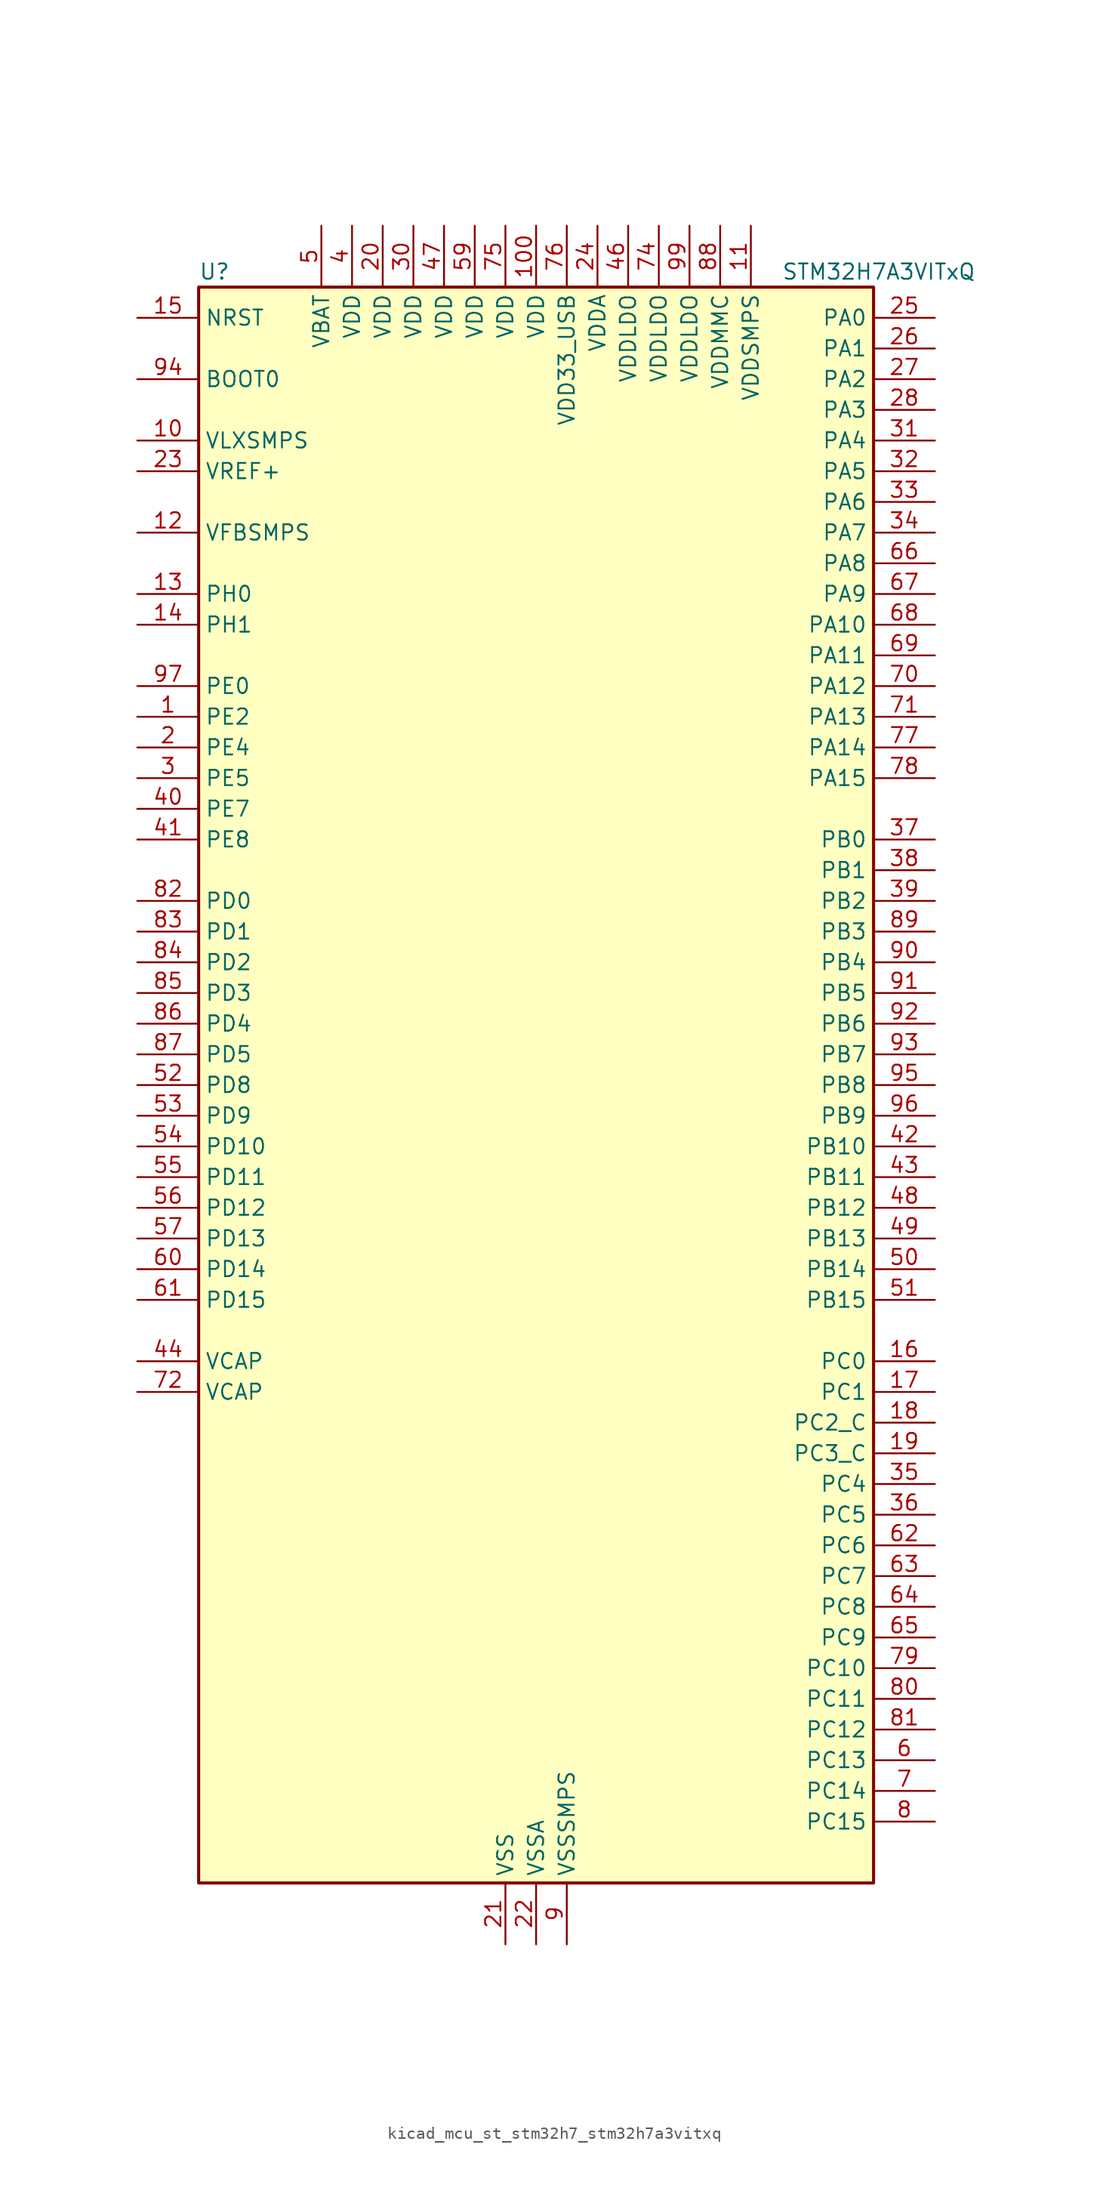
<source format=kicad_sym>
(kicad_symbol_lib
  (version 20220914)
  (generator kicad_symbol_editor)
  (symbol "kicad_mcu_st_stm32h7_stm32h7a3vitxq"
    (property "Reference" "U"
      (at -27.94 67.31 0)
      (effects (font (size 1.27 1.27)) (justify left)))
    (property "Value" "STM32H7A3VITxQ"
      (at 20.32 67.31 0)
      (effects (font (size 1.27 1.27)) (justify left)))
    (property "ki_locked" ""
      (at 0 0 0)
      (effects (font (size 1.27 1.27))))
    (symbol "kicad_mcu_st_stm32h7_stm32h7a3vitxq_0_1"
      (rectangle (start -27.94 -66.04) (end 27.94 66.04) (stroke (width 0.254) (type default)) (fill (type background))))
    (symbol "kicad_mcu_st_stm32h7_stm32h7a3vitxq_1_1"
      (pin bidirectional line (at -33.02 30.48 0) (length 5.08) (name "PE2" (effects (font (size 1.27 1.27)))) (number "1" (effects (font (size 1.27 1.27)))) (alternate "DEBUG_TRACECLK" bidirectional line) (alternate "FMC_A23" bidirectional line) (alternate "OCTOSPIM_P1_IO2" bidirectional line) (alternate "SAI1_CK1" bidirectional line) (alternate "SAI1_MCLK_A" bidirectional line) (alternate "SPI4_SCK" bidirectional line))
      (pin power_in line (at -33.02 53.34 0) (length 5.08) (name "VLXSMPS" (effects (font (size 1.27 1.27)))) (number "10" (effects (font (size 1.27 1.27)))))
      (pin power_in line (at 0 71.12 270) (length 5.08) (name "VDD" (effects (font (size 1.27 1.27)))) (number "100" (effects (font (size 1.27 1.27)))))
      (pin power_in line (at 17.78 71.12 270) (length 5.08) (name "VDDSMPS" (effects (font (size 1.27 1.27)))) (number "11" (effects (font (size 1.27 1.27)))))
      (pin input line (at -33.02 45.72 0) (length 5.08) (name "VFBSMPS" (effects (font (size 1.27 1.27)))) (number "12" (effects (font (size 1.27 1.27)))))
      (pin bidirectional line (at -33.02 40.64 0) (length 5.08) (name "PH0" (effects (font (size 1.27 1.27)))) (number "13" (effects (font (size 1.27 1.27)))) (alternate "RCC_OSC_IN" bidirectional line))
      (pin bidirectional line (at -33.02 38.1 0) (length 5.08) (name "PH1" (effects (font (size 1.27 1.27)))) (number "14" (effects (font (size 1.27 1.27)))) (alternate "RCC_OSC_OUT" bidirectional line))
      (pin input line (at -33.02 63.5 0) (length 5.08) (name "NRST" (effects (font (size 1.27 1.27)))) (number "15" (effects (font (size 1.27 1.27)))))
      (pin bidirectional line (at 33.02 -22.86 180) (length 5.08) (name "PC0" (effects (font (size 1.27 1.27)))) (number "16" (effects (font (size 1.27 1.27)))) (alternate "ADC1_INP10" bidirectional line) (alternate "ADC2_INP10" bidirectional line) (alternate "DFSDM1_CKIN0" bidirectional line) (alternate "DFSDM1_DATIN4" bidirectional line) (alternate "FMC_A25" bidirectional line) (alternate "FMC_SDNWE" bidirectional line) (alternate "LTDC_G2" bidirectional line) (alternate "LTDC_R5" bidirectional line) (alternate "SAI2_FS_B" bidirectional line) (alternate "USB_OTG_HS_ULPI_STP" bidirectional line))
      (pin bidirectional line (at 33.02 -25.4 180) (length 5.08) (name "PC1" (effects (font (size 1.27 1.27)))) (number "17" (effects (font (size 1.27 1.27)))) (alternate "ADC1_INN10" bidirectional line) (alternate "ADC1_INP11" bidirectional line) (alternate "ADC2_INN10" bidirectional line) (alternate "ADC2_INP11" bidirectional line) (alternate "DEBUG_TRACED0" bidirectional line) (alternate "DFSDM1_CKIN4" bidirectional line) (alternate "DFSDM1_DATIN0" bidirectional line) (alternate "I2S2_SDO" bidirectional line) (alternate "LTDC_G5" bidirectional line) (alternate "MDIOS_MDC" bidirectional line) (alternate "OCTOSPIM_P1_IO4" bidirectional line) (alternate "PWR_WKUP6" bidirectional line) (alternate "RTC_TAMP3" bidirectional line) (alternate "SAI1_D1" bidirectional line) (alternate "SAI1_SD_A" bidirectional line) (alternate "SDMMC2_CK" bidirectional line) (alternate "SPI2_MOSI" bidirectional line))
      (pin bidirectional line (at 33.02 -27.94 180) (length 5.08) (name "PC2_C" (effects (font (size 1.27 1.27)))) (number "18" (effects (font (size 1.27 1.27)))) (alternate "ADC2_INN1" bidirectional line) (alternate "ADC2_INP0" bidirectional line) (alternate "DFSDM1_CKIN1" bidirectional line) (alternate "DFSDM1_CKOUT" bidirectional line) (alternate "FMC_SDNE0" bidirectional line) (alternate "I2S2_SDI" bidirectional line) (alternate "OCTOSPIM_P1_IO2" bidirectional line) (alternate "OCTOSPIM_P1_IO5" bidirectional line) (alternate "PWR_CSTOP" bidirectional line) (alternate "SPI2_MISO" bidirectional line) (alternate "USB_OTG_HS_ULPI_DIR" bidirectional line))
      (pin bidirectional line (at 33.02 -30.48 180) (length 5.08) (name "PC3_C" (effects (font (size 1.27 1.27)))) (number "19" (effects (font (size 1.27 1.27)))) (alternate "ADC2_INP1" bidirectional line) (alternate "DFSDM1_DATIN1" bidirectional line) (alternate "FMC_SDCKE0" bidirectional line) (alternate "I2S2_SDO" bidirectional line) (alternate "OCTOSPIM_P1_IO0" bidirectional line) (alternate "OCTOSPIM_P1_IO6" bidirectional line) (alternate "PWR_CSLEEP" bidirectional line) (alternate "SPI2_MOSI" bidirectional line) (alternate "USB_OTG_HS_ULPI_NXT" bidirectional line))
      (pin bidirectional line (at -33.02 27.94 0) (length 5.08) (name "PE4" (effects (font (size 1.27 1.27)))) (number "2" (effects (font (size 1.27 1.27)))) (alternate "DCMI_D4" bidirectional line) (alternate "DEBUG_TRACED1" bidirectional line) (alternate "DFSDM1_DATIN3" bidirectional line) (alternate "FMC_A20" bidirectional line) (alternate "LTDC_B0" bidirectional line) (alternate "PSSI_D4" bidirectional line) (alternate "SAI1_D2" bidirectional line) (alternate "SAI1_FS_A" bidirectional line) (alternate "SPI4_NSS" bidirectional line) (alternate "TIM15_CH1N" bidirectional line))
      (pin power_in line (at -12.7 71.12 270) (length 5.08) (name "VDD" (effects (font (size 1.27 1.27)))) (number "20" (effects (font (size 1.27 1.27)))))
      (pin power_in line (at -2.54 -71.12 90) (length 5.08) (name "VSS" (effects (font (size 1.27 1.27)))) (number "21" (effects (font (size 1.27 1.27)))))
      (pin power_in line (at 0 -71.12 90) (length 5.08) (name "VSSA" (effects (font (size 1.27 1.27)))) (number "22" (effects (font (size 1.27 1.27)))))
      (pin input line (at -33.02 50.8 0) (length 5.08) (name "VREF+" (effects (font (size 1.27 1.27)))) (number "23" (effects (font (size 1.27 1.27)))) (alternate "VREFBUF_OUT" bidirectional line))
      (pin power_in line (at 5.08 71.12 270) (length 5.08) (name "VDDA" (effects (font (size 1.27 1.27)))) (number "24" (effects (font (size 1.27 1.27)))))
      (pin bidirectional line (at 33.02 63.5 180) (length 5.08) (name "PA0" (effects (font (size 1.27 1.27)))) (number "25" (effects (font (size 1.27 1.27)))) (alternate "ADC1_INP16" bidirectional line) (alternate "I2S6_WS" bidirectional line) (alternate "PWR_WKUP1" bidirectional line) (alternate "SAI2_SD_B" bidirectional line) (alternate "SDMMC2_CMD" bidirectional line) (alternate "SPI6_NSS" bidirectional line) (alternate "TIM15_BKIN" bidirectional line) (alternate "TIM2_CH1" bidirectional line) (alternate "TIM2_ETR" bidirectional line) (alternate "TIM5_CH1" bidirectional line) (alternate "TIM8_ETR" bidirectional line) (alternate "UART4_TX" bidirectional line) (alternate "USART2_CTS" bidirectional line) (alternate "USART2_NSS" bidirectional line))
      (pin bidirectional line (at 33.02 60.96 180) (length 5.08) (name "PA1" (effects (font (size 1.27 1.27)))) (number "26" (effects (font (size 1.27 1.27)))) (alternate "ADC1_INN16" bidirectional line) (alternate "ADC1_INP17" bidirectional line) (alternate "LPTIM3_OUT" bidirectional line) (alternate "LTDC_R2" bidirectional line) (alternate "OCTOSPIM_P1_DQS" bidirectional line) (alternate "OCTOSPIM_P1_IO3" bidirectional line) (alternate "SAI2_MCLK_B" bidirectional line) (alternate "TIM15_CH1N" bidirectional line) (alternate "TIM2_CH2" bidirectional line) (alternate "TIM5_CH2" bidirectional line) (alternate "UART4_RX" bidirectional line) (alternate "USART2_DE" bidirectional line) (alternate "USART2_RTS" bidirectional line))
      (pin bidirectional line (at 33.02 58.42 180) (length 5.08) (name "PA2" (effects (font (size 1.27 1.27)))) (number "27" (effects (font (size 1.27 1.27)))) (alternate "ADC1_INP14" bidirectional line) (alternate "DFSDM2_CKIN1" bidirectional line) (alternate "LTDC_R1" bidirectional line) (alternate "MDIOS_MDIO" bidirectional line) (alternate "PWR_WKUP2" bidirectional line) (alternate "SAI2_SCK_B" bidirectional line) (alternate "TIM15_CH1" bidirectional line) (alternate "TIM2_CH3" bidirectional line) (alternate "TIM5_CH3" bidirectional line) (alternate "USART2_TX" bidirectional line))
      (pin bidirectional line (at 33.02 55.88 180) (length 5.08) (name "PA3" (effects (font (size 1.27 1.27)))) (number "28" (effects (font (size 1.27 1.27)))) (alternate "ADC1_INP15" bidirectional line) (alternate "I2S6_MCK" bidirectional line) (alternate "LTDC_B2" bidirectional line) (alternate "LTDC_B5" bidirectional line) (alternate "OCTOSPIM_P1_CLK" bidirectional line) (alternate "TIM15_CH2" bidirectional line) (alternate "TIM2_CH4" bidirectional line) (alternate "TIM5_CH4" bidirectional line) (alternate "USART2_RX" bidirectional line) (alternate "USB_OTG_HS_ULPI_D0" bidirectional line))
      (pin passive line (at -2.54 -71.12 90) (length 5.08) hide (name "VSS" (effects (font (size 1.27 1.27)))) (number "29" (effects (font (size 1.27 1.27)))))
      (pin bidirectional line (at -33.02 25.4 0) (length 5.08) (name "PE5" (effects (font (size 1.27 1.27)))) (number "3" (effects (font (size 1.27 1.27)))) (alternate "DCMI_D6" bidirectional line) (alternate "DEBUG_TRACED2" bidirectional line) (alternate "DFSDM1_CKIN3" bidirectional line) (alternate "FMC_A21" bidirectional line) (alternate "LTDC_G0" bidirectional line) (alternate "PSSI_D6" bidirectional line) (alternate "SAI1_CK2" bidirectional line) (alternate "SAI1_SCK_A" bidirectional line) (alternate "SPI4_MISO" bidirectional line) (alternate "TIM15_CH1" bidirectional line))
      (pin power_in line (at -10.16 71.12 270) (length 5.08) (name "VDD" (effects (font (size 1.27 1.27)))) (number "30" (effects (font (size 1.27 1.27)))))
      (pin bidirectional line (at 33.02 53.34 180) (length 5.08) (name "PA4" (effects (font (size 1.27 1.27)))) (number "31" (effects (font (size 1.27 1.27)))) (alternate "ADC1_INP18" bidirectional line) (alternate "DAC1_OUT1" bidirectional line) (alternate "DCMI_HSYNC" bidirectional line) (alternate "I2S1_WS" bidirectional line) (alternate "I2S3_WS" bidirectional line) (alternate "I2S6_WS" bidirectional line) (alternate "LTDC_VSYNC" bidirectional line) (alternate "PSSI_DE" bidirectional line) (alternate "SPI1_NSS" bidirectional line) (alternate "SPI3_NSS" bidirectional line) (alternate "SPI6_NSS" bidirectional line) (alternate "TIM5_ETR" bidirectional line) (alternate "USART2_CK" bidirectional line))
      (pin bidirectional line (at 33.02 50.8 180) (length 5.08) (name "PA5" (effects (font (size 1.27 1.27)))) (number "32" (effects (font (size 1.27 1.27)))) (alternate "ADC1_INN18" bidirectional line) (alternate "ADC1_INP19" bidirectional line) (alternate "DAC1_OUT2" bidirectional line) (alternate "I2S1_CK" bidirectional line) (alternate "I2S6_CK" bidirectional line) (alternate "LTDC_R4" bidirectional line) (alternate "PSSI_D14" bidirectional line) (alternate "PWR_NDSTOP2" bidirectional line) (alternate "SPI1_SCK" bidirectional line) (alternate "SPI6_SCK" bidirectional line) (alternate "TIM2_CH1" bidirectional line) (alternate "TIM2_ETR" bidirectional line) (alternate "TIM8_CH1N" bidirectional line) (alternate "USB_OTG_HS_ULPI_CK" bidirectional line))
      (pin bidirectional line (at 33.02 48.26 180) (length 5.08) (name "PA6" (effects (font (size 1.27 1.27)))) (number "33" (effects (font (size 1.27 1.27)))) (alternate "ADC1_INP3" bidirectional line) (alternate "ADC2_INP3" bidirectional line) (alternate "DAC2_OUT1" bidirectional line) (alternate "DCMI_PIXCLK" bidirectional line) (alternate "I2S1_SDI" bidirectional line) (alternate "I2S6_SDI" bidirectional line) (alternate "LTDC_G2" bidirectional line) (alternate "MDIOS_MDC" bidirectional line) (alternate "OCTOSPIM_P1_IO3" bidirectional line) (alternate "PSSI_PDCK" bidirectional line) (alternate "SPI1_MISO" bidirectional line) (alternate "SPI6_MISO" bidirectional line) (alternate "TIM13_CH1" bidirectional line) (alternate "TIM1_BKIN" bidirectional line) (alternate "TIM1_BKIN_COMP1" bidirectional line) (alternate "TIM1_BKIN_COMP2" bidirectional line) (alternate "TIM3_CH1" bidirectional line) (alternate "TIM8_BKIN" bidirectional line) (alternate "TIM8_BKIN_COMP1" bidirectional line) (alternate "TIM8_BKIN_COMP2" bidirectional line))
      (pin bidirectional line (at 33.02 45.72 180) (length 5.08) (name "PA7" (effects (font (size 1.27 1.27)))) (number "34" (effects (font (size 1.27 1.27)))) (alternate "ADC1_INN3" bidirectional line) (alternate "ADC1_INP7" bidirectional line) (alternate "ADC2_INN3" bidirectional line) (alternate "ADC2_INP7" bidirectional line) (alternate "DFSDM2_DATIN1" bidirectional line) (alternate "FMC_SDNWE" bidirectional line) (alternate "I2S1_SDO" bidirectional line) (alternate "I2S6_SDO" bidirectional line) (alternate "LTDC_VSYNC" bidirectional line) (alternate "OCTOSPIM_P1_IO2" bidirectional line) (alternate "OPAMP1_VINM" bidirectional line) (alternate "SPI1_MOSI" bidirectional line) (alternate "SPI6_MOSI" bidirectional line) (alternate "TIM14_CH1" bidirectional line) (alternate "TIM1_CH1N" bidirectional line) (alternate "TIM3_CH2" bidirectional line) (alternate "TIM8_CH1N" bidirectional line))
      (pin bidirectional line (at 33.02 -33.02 180) (length 5.08) (name "PC4" (effects (font (size 1.27 1.27)))) (number "35" (effects (font (size 1.27 1.27)))) (alternate "ADC1_INP4" bidirectional line) (alternate "ADC2_INP4" bidirectional line) (alternate "COMP1_INM" bidirectional line) (alternate "DFSDM1_CKIN2" bidirectional line) (alternate "FMC_SDNE0" bidirectional line) (alternate "I2S1_MCK" bidirectional line) (alternate "LTDC_R7" bidirectional line) (alternate "OPAMP1_VOUT" bidirectional line))
      (pin bidirectional line (at 33.02 -35.56 180) (length 5.08) (name "PC5" (effects (font (size 1.27 1.27)))) (number "36" (effects (font (size 1.27 1.27)))) (alternate "ADC1_INN4" bidirectional line) (alternate "ADC1_INP8" bidirectional line) (alternate "ADC2_INN4" bidirectional line) (alternate "ADC2_INP8" bidirectional line) (alternate "COMP1_OUT" bidirectional line) (alternate "DFSDM1_DATIN2" bidirectional line) (alternate "FMC_SDCKE0" bidirectional line) (alternate "LTDC_DE" bidirectional line) (alternate "OCTOSPIM_P1_DQS" bidirectional line) (alternate "OPAMP1_VINM" bidirectional line) (alternate "PSSI_D15" bidirectional line) (alternate "SAI1_D3" bidirectional line))
      (pin bidirectional line (at 33.02 20.32 180) (length 5.08) (name "PB0" (effects (font (size 1.27 1.27)))) (number "37" (effects (font (size 1.27 1.27)))) (alternate "ADC1_INN5" bidirectional line) (alternate "ADC1_INP9" bidirectional line) (alternate "ADC2_INN5" bidirectional line) (alternate "ADC2_INP9" bidirectional line) (alternate "COMP1_INP" bidirectional line) (alternate "DFSDM1_CKOUT" bidirectional line) (alternate "DFSDM2_CKOUT" bidirectional line) (alternate "LTDC_G1" bidirectional line) (alternate "LTDC_R3" bidirectional line) (alternate "OCTOSPIM_P1_IO1" bidirectional line) (alternate "OPAMP1_VINP" bidirectional line) (alternate "TIM1_CH2N" bidirectional line) (alternate "TIM3_CH3" bidirectional line) (alternate "TIM8_CH2N" bidirectional line) (alternate "UART4_CTS" bidirectional line) (alternate "USB_OTG_HS_ULPI_D1" bidirectional line))
      (pin bidirectional line (at 33.02 17.78 180) (length 5.08) (name "PB1" (effects (font (size 1.27 1.27)))) (number "38" (effects (font (size 1.27 1.27)))) (alternate "ADC1_INP5" bidirectional line) (alternate "ADC2_INP5" bidirectional line) (alternate "COMP1_INM" bidirectional line) (alternate "DFSDM1_DATIN1" bidirectional line) (alternate "LTDC_G0" bidirectional line) (alternate "LTDC_R6" bidirectional line) (alternate "OCTOSPIM_P1_IO0" bidirectional line) (alternate "TIM1_CH3N" bidirectional line) (alternate "TIM3_CH4" bidirectional line) (alternate "TIM8_CH3N" bidirectional line) (alternate "USB_OTG_HS_ULPI_D2" bidirectional line))
      (pin bidirectional line (at 33.02 15.24 180) (length 5.08) (name "PB2" (effects (font (size 1.27 1.27)))) (number "39" (effects (font (size 1.27 1.27)))) (alternate "COMP1_INP" bidirectional line) (alternate "DFSDM1_CKIN1" bidirectional line) (alternate "I2S3_SDO" bidirectional line) (alternate "OCTOSPIM_P1_CLK" bidirectional line) (alternate "OCTOSPIM_P1_DQS" bidirectional line) (alternate "RTC_OUT_ALARM" bidirectional line) (alternate "RTC_OUT_CALIB" bidirectional line) (alternate "SAI1_D1" bidirectional line) (alternate "SAI1_SD_A" bidirectional line) (alternate "SPI3_MOSI" bidirectional line))
      (pin power_in line (at -15.24 71.12 270) (length 5.08) (name "VDD" (effects (font (size 1.27 1.27)))) (number "4" (effects (font (size 1.27 1.27)))))
      (pin bidirectional line (at -33.02 22.86 0) (length 5.08) (name "PE7" (effects (font (size 1.27 1.27)))) (number "40" (effects (font (size 1.27 1.27)))) (alternate "COMP2_INM" bidirectional line) (alternate "DFSDM1_DATIN2" bidirectional line) (alternate "FMC_D4" bidirectional line) (alternate "FMC_DA4" bidirectional line) (alternate "OCTOSPIM_P1_IO4" bidirectional line) (alternate "OPAMP2_VOUT" bidirectional line) (alternate "TIM1_ETR" bidirectional line) (alternate "UART7_RX" bidirectional line))
      (pin bidirectional line (at -33.02 20.32 0) (length 5.08) (name "PE8" (effects (font (size 1.27 1.27)))) (number "41" (effects (font (size 1.27 1.27)))) (alternate "COMP2_OUT" bidirectional line) (alternate "DFSDM1_CKIN2" bidirectional line) (alternate "FMC_D5" bidirectional line) (alternate "FMC_DA5" bidirectional line) (alternate "OCTOSPIM_P1_IO5" bidirectional line) (alternate "OPAMP2_VINM" bidirectional line) (alternate "TIM1_CH1N" bidirectional line) (alternate "UART7_TX" bidirectional line))
      (pin bidirectional line (at 33.02 -5.08 180) (length 5.08) (name "PB10" (effects (font (size 1.27 1.27)))) (number "42" (effects (font (size 1.27 1.27)))) (alternate "DFSDM1_DATIN7" bidirectional line) (alternate "I2C2_SCL" bidirectional line) (alternate "I2S2_CK" bidirectional line) (alternate "LPTIM2_IN1" bidirectional line) (alternate "LTDC_G4" bidirectional line) (alternate "OCTOSPIM_P1_NCS" bidirectional line) (alternate "SPI2_SCK" bidirectional line) (alternate "TIM2_CH3" bidirectional line) (alternate "USART3_TX" bidirectional line) (alternate "USB_OTG_HS_ULPI_D3" bidirectional line))
      (pin bidirectional line (at 33.02 -7.62 180) (length 5.08) (name "PB11" (effects (font (size 1.27 1.27)))) (number "43" (effects (font (size 1.27 1.27)))) (alternate "ADC1_EXTI11" bidirectional line) (alternate "ADC2_EXTI11" bidirectional line) (alternate "DFSDM1_CKIN7" bidirectional line) (alternate "I2C2_SDA" bidirectional line) (alternate "LPTIM2_ETR" bidirectional line) (alternate "LTDC_G5" bidirectional line) (alternate "TIM2_CH4" bidirectional line) (alternate "USART3_RX" bidirectional line) (alternate "USB_OTG_HS_ULPI_D4" bidirectional line))
      (pin power_out line (at -33.02 -22.86 0) (length 5.08) (name "VCAP" (effects (font (size 1.27 1.27)))) (number "44" (effects (font (size 1.27 1.27)))))
      (pin passive line (at -2.54 -71.12 90) (length 5.08) hide (name "VSS" (effects (font (size 1.27 1.27)))) (number "45" (effects (font (size 1.27 1.27)))))
      (pin power_in line (at 7.62 71.12 270) (length 5.08) (name "VDDLDO" (effects (font (size 1.27 1.27)))) (number "46" (effects (font (size 1.27 1.27)))))
      (pin power_in line (at -7.62 71.12 270) (length 5.08) (name "VDD" (effects (font (size 1.27 1.27)))) (number "47" (effects (font (size 1.27 1.27)))))
      (pin bidirectional line (at 33.02 -10.16 180) (length 5.08) (name "PB12" (effects (font (size 1.27 1.27)))) (number "48" (effects (font (size 1.27 1.27)))) (alternate "DFSDM1_DATIN1" bidirectional line) (alternate "DFSDM2_DATIN1" bidirectional line) (alternate "FDCAN2_RX" bidirectional line) (alternate "I2C2_SMBA" bidirectional line) (alternate "I2S2_WS" bidirectional line) (alternate "OCTOSPIM_P1_NCLK" bidirectional line) (alternate "SPI2_NSS" bidirectional line) (alternate "TIM1_BKIN" bidirectional line) (alternate "TIM1_BKIN_COMP1" bidirectional line) (alternate "TIM1_BKIN_COMP2" bidirectional line) (alternate "UART5_RX" bidirectional line) (alternate "USART3_CK" bidirectional line) (alternate "USB_OTG_HS_ULPI_D5" bidirectional line))
      (pin bidirectional line (at 33.02 -12.7 180) (length 5.08) (name "PB13" (effects (font (size 1.27 1.27)))) (number "49" (effects (font (size 1.27 1.27)))) (alternate "DCMI_D2" bidirectional line) (alternate "DFSDM1_CKIN1" bidirectional line) (alternate "DFSDM2_CKIN1" bidirectional line) (alternate "FDCAN2_TX" bidirectional line) (alternate "I2S2_CK" bidirectional line) (alternate "LPTIM2_OUT" bidirectional line) (alternate "PSSI_D2" bidirectional line) (alternate "SDMMC1_D0" bidirectional line) (alternate "SPI2_SCK" bidirectional line) (alternate "TIM1_CH1N" bidirectional line) (alternate "UART5_TX" bidirectional line) (alternate "USART3_CTS" bidirectional line) (alternate "USART3_NSS" bidirectional line) (alternate "USB_OTG_HS_ULPI_D6" bidirectional line))
      (pin power_in line (at -17.78 71.12 270) (length 5.08) (name "VBAT" (effects (font (size 1.27 1.27)))) (number "5" (effects (font (size 1.27 1.27)))))
      (pin bidirectional line (at 33.02 -15.24 180) (length 5.08) (name "PB14" (effects (font (size 1.27 1.27)))) (number "50" (effects (font (size 1.27 1.27)))) (alternate "DFSDM1_DATIN2" bidirectional line) (alternate "I2S2_SDI" bidirectional line) (alternate "LTDC_CLK" bidirectional line) (alternate "SDMMC2_D0" bidirectional line) (alternate "SPI2_MISO" bidirectional line) (alternate "TIM12_CH1" bidirectional line) (alternate "TIM1_CH2N" bidirectional line) (alternate "TIM8_CH2N" bidirectional line) (alternate "UART4_DE" bidirectional line) (alternate "UART4_RTS" bidirectional line) (alternate "USART1_TX" bidirectional line) (alternate "USART3_DE" bidirectional line) (alternate "USART3_RTS" bidirectional line))
      (pin bidirectional line (at 33.02 -17.78 180) (length 5.08) (name "PB15" (effects (font (size 1.27 1.27)))) (number "51" (effects (font (size 1.27 1.27)))) (alternate "ADC1_EXTI15" bidirectional line) (alternate "ADC2_EXTI15" bidirectional line) (alternate "DFSDM1_CKIN2" bidirectional line) (alternate "I2S2_SDO" bidirectional line) (alternate "LTDC_G7" bidirectional line) (alternate "RTC_REFIN" bidirectional line) (alternate "SDMMC2_D1" bidirectional line) (alternate "SPI2_MOSI" bidirectional line) (alternate "TIM12_CH2" bidirectional line) (alternate "TIM1_CH3N" bidirectional line) (alternate "TIM8_CH3N" bidirectional line) (alternate "UART4_CTS" bidirectional line) (alternate "USART1_RX" bidirectional line))
      (pin bidirectional line (at -33.02 0 0) (length 5.08) (name "PD8" (effects (font (size 1.27 1.27)))) (number "52" (effects (font (size 1.27 1.27)))) (alternate "DFSDM1_CKIN3" bidirectional line) (alternate "FMC_D13" bidirectional line) (alternate "FMC_DA13" bidirectional line) (alternate "USART3_TX" bidirectional line))
      (pin bidirectional line (at -33.02 -2.54 0) (length 5.08) (name "PD9" (effects (font (size 1.27 1.27)))) (number "53" (effects (font (size 1.27 1.27)))) (alternate "DAC1_EXTI9" bidirectional line) (alternate "DFSDM1_DATIN3" bidirectional line) (alternate "FMC_D14" bidirectional line) (alternate "FMC_DA14" bidirectional line) (alternate "USART3_RX" bidirectional line))
      (pin bidirectional line (at -33.02 -5.08 0) (length 5.08) (name "PD10" (effects (font (size 1.27 1.27)))) (number "54" (effects (font (size 1.27 1.27)))) (alternate "DFSDM1_CKOUT" bidirectional line) (alternate "DFSDM2_CKOUT" bidirectional line) (alternate "FMC_D15" bidirectional line) (alternate "FMC_DA15" bidirectional line) (alternate "LTDC_B3" bidirectional line) (alternate "USART3_CK" bidirectional line))
      (pin bidirectional line (at -33.02 -7.62 0) (length 5.08) (name "PD11" (effects (font (size 1.27 1.27)))) (number "55" (effects (font (size 1.27 1.27)))) (alternate "ADC1_EXTI11" bidirectional line) (alternate "ADC2_EXTI11" bidirectional line) (alternate "FMC_A16" bidirectional line) (alternate "FMC_CLE" bidirectional line) (alternate "I2C4_SMBA" bidirectional line) (alternate "LPTIM2_IN2" bidirectional line) (alternate "OCTOSPIM_P1_IO0" bidirectional line) (alternate "SAI2_SD_A" bidirectional line) (alternate "USART3_CTS" bidirectional line) (alternate "USART3_NSS" bidirectional line))
      (pin bidirectional line (at -33.02 -10.16 0) (length 5.08) (name "PD12" (effects (font (size 1.27 1.27)))) (number "56" (effects (font (size 1.27 1.27)))) (alternate "DCMI_D12" bidirectional line) (alternate "FMC_A17" bidirectional line) (alternate "FMC_ALE" bidirectional line) (alternate "I2C4_SCL" bidirectional line) (alternate "LPTIM1_IN1" bidirectional line) (alternate "LPTIM2_IN1" bidirectional line) (alternate "OCTOSPIM_P1_IO1" bidirectional line) (alternate "PSSI_D12" bidirectional line) (alternate "SAI2_FS_A" bidirectional line) (alternate "TIM4_CH1" bidirectional line) (alternate "USART3_DE" bidirectional line) (alternate "USART3_RTS" bidirectional line))
      (pin bidirectional line (at -33.02 -12.7 0) (length 5.08) (name "PD13" (effects (font (size 1.27 1.27)))) (number "57" (effects (font (size 1.27 1.27)))) (alternate "DCMI_D13" bidirectional line) (alternate "FMC_A18" bidirectional line) (alternate "I2C4_SDA" bidirectional line) (alternate "LPTIM1_OUT" bidirectional line) (alternate "OCTOSPIM_P1_IO3" bidirectional line) (alternate "PSSI_D13" bidirectional line) (alternate "SAI2_SCK_A" bidirectional line) (alternate "TIM4_CH2" bidirectional line) (alternate "UART9_DE" bidirectional line) (alternate "UART9_RTS" bidirectional line))
      (pin passive line (at -2.54 -71.12 90) (length 5.08) hide (name "VSS" (effects (font (size 1.27 1.27)))) (number "58" (effects (font (size 1.27 1.27)))))
      (pin power_in line (at -5.08 71.12 270) (length 5.08) (name "VDD" (effects (font (size 1.27 1.27)))) (number "59" (effects (font (size 1.27 1.27)))))
      (pin bidirectional line (at 33.02 -55.88 180) (length 5.08) (name "PC13" (effects (font (size 1.27 1.27)))) (number "6" (effects (font (size 1.27 1.27)))) (alternate "PWR_WKUP4" bidirectional line) (alternate "RTC_OUT_ALARM" bidirectional line) (alternate "RTC_OUT_CALIB" bidirectional line) (alternate "RTC_TAMP1" bidirectional line) (alternate "RTC_TS" bidirectional line))
      (pin bidirectional line (at -33.02 -15.24 0) (length 5.08) (name "PD14" (effects (font (size 1.27 1.27)))) (number "60" (effects (font (size 1.27 1.27)))) (alternate "FMC_D0" bidirectional line) (alternate "FMC_DA0" bidirectional line) (alternate "TIM4_CH3" bidirectional line) (alternate "UART8_CTS" bidirectional line) (alternate "UART9_RX" bidirectional line))
      (pin bidirectional line (at -33.02 -17.78 0) (length 5.08) (name "PD15" (effects (font (size 1.27 1.27)))) (number "61" (effects (font (size 1.27 1.27)))) (alternate "ADC1_EXTI15" bidirectional line) (alternate "ADC2_EXTI15" bidirectional line) (alternate "FMC_D1" bidirectional line) (alternate "FMC_DA1" bidirectional line) (alternate "TIM4_CH4" bidirectional line) (alternate "UART8_DE" bidirectional line) (alternate "UART8_RTS" bidirectional line) (alternate "UART9_TX" bidirectional line))
      (pin bidirectional line (at 33.02 -38.1 180) (length 5.08) (name "PC6" (effects (font (size 1.27 1.27)))) (number "62" (effects (font (size 1.27 1.27)))) (alternate "DCMI_D0" bidirectional line) (alternate "DFSDM1_CKIN3" bidirectional line) (alternate "FMC_NWAIT" bidirectional line) (alternate "I2S2_MCK" bidirectional line) (alternate "LTDC_HSYNC" bidirectional line) (alternate "PSSI_D0" bidirectional line) (alternate "SDMMC1_D0DIR" bidirectional line) (alternate "SDMMC1_D6" bidirectional line) (alternate "SDMMC2_D6" bidirectional line) (alternate "SWPMI1_IO" bidirectional line) (alternate "TIM3_CH1" bidirectional line) (alternate "TIM8_CH1" bidirectional line) (alternate "USART6_TX" bidirectional line))
      (pin bidirectional line (at 33.02 -40.64 180) (length 5.08) (name "PC7" (effects (font (size 1.27 1.27)))) (number "63" (effects (font (size 1.27 1.27)))) (alternate "DCMI_D1" bidirectional line) (alternate "DEBUG_TRGIO" bidirectional line) (alternate "DFSDM1_DATIN3" bidirectional line) (alternate "FMC_NE1" bidirectional line) (alternate "I2S3_MCK" bidirectional line) (alternate "LTDC_G6" bidirectional line) (alternate "PSSI_D1" bidirectional line) (alternate "SDMMC1_D123DIR" bidirectional line) (alternate "SDMMC1_D7" bidirectional line) (alternate "SDMMC2_D7" bidirectional line) (alternate "SWPMI1_TX" bidirectional line) (alternate "TIM3_CH2" bidirectional line) (alternate "TIM8_CH2" bidirectional line) (alternate "USART6_RX" bidirectional line))
      (pin bidirectional line (at 33.02 -43.18 180) (length 5.08) (name "PC8" (effects (font (size 1.27 1.27)))) (number "64" (effects (font (size 1.27 1.27)))) (alternate "DCMI_D2" bidirectional line) (alternate "DEBUG_TRACED1" bidirectional line) (alternate "FMC_INT" bidirectional line) (alternate "FMC_NCE" bidirectional line) (alternate "FMC_NE2" bidirectional line) (alternate "PSSI_D2" bidirectional line) (alternate "SDMMC1_D0" bidirectional line) (alternate "SWPMI1_RX" bidirectional line) (alternate "TIM3_CH3" bidirectional line) (alternate "TIM8_CH3" bidirectional line) (alternate "UART5_DE" bidirectional line) (alternate "UART5_RTS" bidirectional line) (alternate "USART6_CK" bidirectional line))
      (pin bidirectional line (at 33.02 -45.72 180) (length 5.08) (name "PC9" (effects (font (size 1.27 1.27)))) (number "65" (effects (font (size 1.27 1.27)))) (alternate "DAC1_EXTI9" bidirectional line) (alternate "DCMI_D3" bidirectional line) (alternate "I2C3_SDA" bidirectional line) (alternate "I2S_CKIN" bidirectional line) (alternate "LTDC_B2" bidirectional line) (alternate "LTDC_G3" bidirectional line) (alternate "OCTOSPIM_P1_IO0" bidirectional line) (alternate "PSSI_D3" bidirectional line) (alternate "RCC_MCO_2" bidirectional line) (alternate "SDMMC1_D1" bidirectional line) (alternate "SWPMI1_SUSPEND" bidirectional line) (alternate "TIM3_CH4" bidirectional line) (alternate "TIM8_CH4" bidirectional line) (alternate "UART5_CTS" bidirectional line))
      (pin bidirectional line (at 33.02 43.18 180) (length 5.08) (name "PA8" (effects (font (size 1.27 1.27)))) (number "66" (effects (font (size 1.27 1.27)))) (alternate "I2C3_SCL" bidirectional line) (alternate "LTDC_B3" bidirectional line) (alternate "LTDC_R6" bidirectional line) (alternate "RCC_MCO_1" bidirectional line) (alternate "TIM1_CH1" bidirectional line) (alternate "TIM8_BKIN2" bidirectional line) (alternate "TIM8_BKIN2_COMP1" bidirectional line) (alternate "TIM8_BKIN2_COMP2" bidirectional line) (alternate "UART7_RX" bidirectional line) (alternate "USART1_CK" bidirectional line) (alternate "USB_OTG_HS_SOF" bidirectional line))
      (pin bidirectional line (at 33.02 40.64 180) (length 5.08) (name "PA9" (effects (font (size 1.27 1.27)))) (number "67" (effects (font (size 1.27 1.27)))) (alternate "DAC1_EXTI9" bidirectional line) (alternate "DCMI_D0" bidirectional line) (alternate "I2C3_SMBA" bidirectional line) (alternate "I2S2_CK" bidirectional line) (alternate "LPUART1_TX" bidirectional line) (alternate "LTDC_R5" bidirectional line) (alternate "PSSI_D0" bidirectional line) (alternate "SPI2_SCK" bidirectional line) (alternate "TIM1_CH2" bidirectional line) (alternate "USART1_TX" bidirectional line) (alternate "USB_OTG_HS_VBUS" bidirectional line))
      (pin bidirectional line (at 33.02 38.1 180) (length 5.08) (name "PA10" (effects (font (size 1.27 1.27)))) (number "68" (effects (font (size 1.27 1.27)))) (alternate "DCMI_D1" bidirectional line) (alternate "LPUART1_RX" bidirectional line) (alternate "LTDC_B1" bidirectional line) (alternate "LTDC_B4" bidirectional line) (alternate "MDIOS_MDIO" bidirectional line) (alternate "PSSI_D1" bidirectional line) (alternate "TIM1_CH3" bidirectional line) (alternate "USART1_RX" bidirectional line) (alternate "USB_OTG_HS_ID" bidirectional line))
      (pin bidirectional line (at 33.02 35.56 180) (length 5.08) (name "PA11" (effects (font (size 1.27 1.27)))) (number "69" (effects (font (size 1.27 1.27)))) (alternate "ADC1_EXTI11" bidirectional line) (alternate "ADC2_EXTI11" bidirectional line) (alternate "FDCAN1_RX" bidirectional line) (alternate "I2S2_WS" bidirectional line) (alternate "LPUART1_CTS" bidirectional line) (alternate "LTDC_R4" bidirectional line) (alternate "SPI2_NSS" bidirectional line) (alternate "TIM1_CH4" bidirectional line) (alternate "UART4_RX" bidirectional line) (alternate "USART1_CTS" bidirectional line) (alternate "USART1_NSS" bidirectional line) (alternate "USB_OTG_HS_DM" bidirectional line))
      (pin bidirectional line (at 33.02 -58.42 180) (length 5.08) (name "PC14" (effects (font (size 1.27 1.27)))) (number "7" (effects (font (size 1.27 1.27)))) (alternate "RCC_OSC32_IN" bidirectional line))
      (pin bidirectional line (at 33.02 33.02 180) (length 5.08) (name "PA12" (effects (font (size 1.27 1.27)))) (number "70" (effects (font (size 1.27 1.27)))) (alternate "FDCAN1_TX" bidirectional line) (alternate "I2S2_CK" bidirectional line) (alternate "LPUART1_DE" bidirectional line) (alternate "LPUART1_RTS" bidirectional line) (alternate "LTDC_R5" bidirectional line) (alternate "SAI2_FS_B" bidirectional line) (alternate "SPI2_SCK" bidirectional line) (alternate "TIM1_ETR" bidirectional line) (alternate "UART4_TX" bidirectional line) (alternate "USART1_DE" bidirectional line) (alternate "USART1_RTS" bidirectional line) (alternate "USB_OTG_HS_DP" bidirectional line))
      (pin bidirectional line (at 33.02 30.48 180) (length 5.08) (name "PA13" (effects (font (size 1.27 1.27)))) (number "71" (effects (font (size 1.27 1.27)))) (alternate "DEBUG_JTMS-SWDIO" bidirectional line))
      (pin power_out line (at -33.02 -25.4 0) (length 5.08) (name "VCAP" (effects (font (size 1.27 1.27)))) (number "72" (effects (font (size 1.27 1.27)))))
      (pin passive line (at -2.54 -71.12 90) (length 5.08) hide (name "VSS" (effects (font (size 1.27 1.27)))) (number "73" (effects (font (size 1.27 1.27)))))
      (pin power_in line (at 10.16 71.12 270) (length 5.08) (name "VDDLDO" (effects (font (size 1.27 1.27)))) (number "74" (effects (font (size 1.27 1.27)))))
      (pin power_in line (at -2.54 71.12 270) (length 5.08) (name "VDD" (effects (font (size 1.27 1.27)))) (number "75" (effects (font (size 1.27 1.27)))))
      (pin power_in line (at 2.54 71.12 270) (length 5.08) (name "VDD33_USB" (effects (font (size 1.27 1.27)))) (number "76" (effects (font (size 1.27 1.27)))))
      (pin bidirectional line (at 33.02 27.94 180) (length 5.08) (name "PA14" (effects (font (size 1.27 1.27)))) (number "77" (effects (font (size 1.27 1.27)))) (alternate "DEBUG_JTCK-SWCLK" bidirectional line))
      (pin bidirectional line (at 33.02 25.4 180) (length 5.08) (name "PA15" (effects (font (size 1.27 1.27)))) (number "78" (effects (font (size 1.27 1.27)))) (alternate "ADC1_EXTI15" bidirectional line) (alternate "ADC2_EXTI15" bidirectional line) (alternate "CEC" bidirectional line) (alternate "DEBUG_JTDI" bidirectional line) (alternate "I2S1_WS" bidirectional line) (alternate "I2S3_WS" bidirectional line) (alternate "I2S6_WS" bidirectional line) (alternate "LTDC_B6" bidirectional line) (alternate "LTDC_R3" bidirectional line) (alternate "SPI1_NSS" bidirectional line) (alternate "SPI3_NSS" bidirectional line) (alternate "SPI6_NSS" bidirectional line) (alternate "TIM2_CH1" bidirectional line) (alternate "TIM2_ETR" bidirectional line) (alternate "UART4_DE" bidirectional line) (alternate "UART4_RTS" bidirectional line) (alternate "UART7_TX" bidirectional line))
      (pin bidirectional line (at 33.02 -48.26 180) (length 5.08) (name "PC10" (effects (font (size 1.27 1.27)))) (number "79" (effects (font (size 1.27 1.27)))) (alternate "DCMI_D8" bidirectional line) (alternate "DFSDM1_CKIN5" bidirectional line) (alternate "DFSDM2_CKIN0" bidirectional line) (alternate "I2S3_CK" bidirectional line) (alternate "LTDC_B1" bidirectional line) (alternate "LTDC_R2" bidirectional line) (alternate "OCTOSPIM_P1_IO1" bidirectional line) (alternate "PSSI_D8" bidirectional line) (alternate "SDMMC1_D2" bidirectional line) (alternate "SPI3_SCK" bidirectional line) (alternate "SWPMI1_RX" bidirectional line) (alternate "UART4_TX" bidirectional line) (alternate "USART3_TX" bidirectional line))
      (pin bidirectional line (at 33.02 -60.96 180) (length 5.08) (name "PC15" (effects (font (size 1.27 1.27)))) (number "8" (effects (font (size 1.27 1.27)))) (alternate "ADC1_EXTI15" bidirectional line) (alternate "ADC2_EXTI15" bidirectional line) (alternate "RCC_OSC32_OUT" bidirectional line))
      (pin bidirectional line (at 33.02 -50.8 180) (length 5.08) (name "PC11" (effects (font (size 1.27 1.27)))) (number "80" (effects (font (size 1.27 1.27)))) (alternate "ADC1_EXTI11" bidirectional line) (alternate "ADC2_EXTI11" bidirectional line) (alternate "DCMI_D4" bidirectional line) (alternate "DFSDM1_DATIN5" bidirectional line) (alternate "DFSDM2_DATIN0" bidirectional line) (alternate "I2S3_SDI" bidirectional line) (alternate "LTDC_B4" bidirectional line) (alternate "OCTOSPIM_P1_NCS" bidirectional line) (alternate "PSSI_D4" bidirectional line) (alternate "SDMMC1_D3" bidirectional line) (alternate "SPI3_MISO" bidirectional line) (alternate "UART4_RX" bidirectional line) (alternate "USART3_RX" bidirectional line))
      (pin bidirectional line (at 33.02 -53.34 180) (length 5.08) (name "PC12" (effects (font (size 1.27 1.27)))) (number "81" (effects (font (size 1.27 1.27)))) (alternate "DCMI_D9" bidirectional line) (alternate "DEBUG_TRACED3" bidirectional line) (alternate "DFSDM2_CKOUT" bidirectional line) (alternate "I2S3_SDO" bidirectional line) (alternate "I2S6_CK" bidirectional line) (alternate "LTDC_R6" bidirectional line) (alternate "PSSI_D9" bidirectional line) (alternate "SDMMC1_CK" bidirectional line) (alternate "SPI3_MOSI" bidirectional line) (alternate "SPI6_SCK" bidirectional line) (alternate "TIM15_CH1" bidirectional line) (alternate "UART5_TX" bidirectional line) (alternate "USART3_CK" bidirectional line))
      (pin bidirectional line (at -33.02 15.24 0) (length 5.08) (name "PD0" (effects (font (size 1.27 1.27)))) (number "82" (effects (font (size 1.27 1.27)))) (alternate "DFSDM1_CKIN6" bidirectional line) (alternate "FDCAN1_RX" bidirectional line) (alternate "FMC_D2" bidirectional line) (alternate "FMC_DA2" bidirectional line) (alternate "LTDC_B1" bidirectional line) (alternate "UART4_RX" bidirectional line) (alternate "UART9_CTS" bidirectional line))
      (pin bidirectional line (at -33.02 12.7 0) (length 5.08) (name "PD1" (effects (font (size 1.27 1.27)))) (number "83" (effects (font (size 1.27 1.27)))) (alternate "DFSDM1_DATIN6" bidirectional line) (alternate "FDCAN1_TX" bidirectional line) (alternate "FMC_D3" bidirectional line) (alternate "FMC_DA3" bidirectional line) (alternate "UART4_TX" bidirectional line))
      (pin bidirectional line (at -33.02 10.16 0) (length 5.08) (name "PD2" (effects (font (size 1.27 1.27)))) (number "84" (effects (font (size 1.27 1.27)))) (alternate "DCMI_D11" bidirectional line) (alternate "DEBUG_TRACED2" bidirectional line) (alternate "LTDC_B2" bidirectional line) (alternate "LTDC_B7" bidirectional line) (alternate "PSSI_D11" bidirectional line) (alternate "SDMMC1_CMD" bidirectional line) (alternate "TIM15_BKIN" bidirectional line) (alternate "TIM3_ETR" bidirectional line) (alternate "UART5_RX" bidirectional line))
      (pin bidirectional line (at -33.02 7.62 0) (length 5.08) (name "PD3" (effects (font (size 1.27 1.27)))) (number "85" (effects (font (size 1.27 1.27)))) (alternate "DCMI_D5" bidirectional line) (alternate "DFSDM1_CKOUT" bidirectional line) (alternate "FMC_CLK" bidirectional line) (alternate "I2S2_CK" bidirectional line) (alternate "LTDC_G7" bidirectional line) (alternate "PSSI_D5" bidirectional line) (alternate "SPI2_SCK" bidirectional line) (alternate "USART2_CTS" bidirectional line) (alternate "USART2_NSS" bidirectional line))
      (pin bidirectional line (at -33.02 5.08 0) (length 5.08) (name "PD4" (effects (font (size 1.27 1.27)))) (number "86" (effects (font (size 1.27 1.27)))) (alternate "FMC_NOE" bidirectional line) (alternate "OCTOSPIM_P1_IO4" bidirectional line) (alternate "USART2_DE" bidirectional line) (alternate "USART2_RTS" bidirectional line))
      (pin bidirectional line (at -33.02 2.54 0) (length 5.08) (name "PD5" (effects (font (size 1.27 1.27)))) (number "87" (effects (font (size 1.27 1.27)))) (alternate "FMC_NWE" bidirectional line) (alternate "OCTOSPIM_P1_IO5" bidirectional line) (alternate "USART2_TX" bidirectional line))
      (pin power_in line (at 15.24 71.12 270) (length 5.08) (name "VDDMMC" (effects (font (size 1.27 1.27)))) (number "88" (effects (font (size 1.27 1.27)))))
      (pin bidirectional line (at 33.02 12.7 180) (length 5.08) (name "PB3" (effects (font (size 1.27 1.27)))) (number "89" (effects (font (size 1.27 1.27)))) (alternate "CRS_SYNC" bidirectional line) (alternate "DEBUG_JTDO-SWO" bidirectional line) (alternate "I2S1_CK" bidirectional line) (alternate "I2S3_CK" bidirectional line) (alternate "I2S6_CK" bidirectional line) (alternate "SDMMC2_D2" bidirectional line) (alternate "SPI1_SCK" bidirectional line) (alternate "SPI3_SCK" bidirectional line) (alternate "SPI6_SCK" bidirectional line) (alternate "TIM2_CH2" bidirectional line) (alternate "UART7_RX" bidirectional line))
      (pin power_in line (at 2.54 -71.12 90) (length 5.08) (name "VSSSMPS" (effects (font (size 1.27 1.27)))) (number "9" (effects (font (size 1.27 1.27)))))
      (pin bidirectional line (at 33.02 10.16 180) (length 5.08) (name "PB4" (effects (font (size 1.27 1.27)))) (number "90" (effects (font (size 1.27 1.27)))) (alternate "DEBUG_JTRST" bidirectional line) (alternate "I2S1_SDI" bidirectional line) (alternate "I2S2_WS" bidirectional line) (alternate "I2S3_SDI" bidirectional line) (alternate "I2S6_SDI" bidirectional line) (alternate "SDMMC2_D3" bidirectional line) (alternate "SPI1_MISO" bidirectional line) (alternate "SPI2_NSS" bidirectional line) (alternate "SPI3_MISO" bidirectional line) (alternate "SPI6_MISO" bidirectional line) (alternate "TIM16_BKIN" bidirectional line) (alternate "TIM3_CH1" bidirectional line) (alternate "UART7_TX" bidirectional line))
      (pin bidirectional line (at 33.02 7.62 180) (length 5.08) (name "PB5" (effects (font (size 1.27 1.27)))) (number "91" (effects (font (size 1.27 1.27)))) (alternate "DCMI_D10" bidirectional line) (alternate "FDCAN2_RX" bidirectional line) (alternate "FMC_SDCKE1" bidirectional line) (alternate "I2C1_SMBA" bidirectional line) (alternate "I2C4_SMBA" bidirectional line) (alternate "I2S1_SDO" bidirectional line) (alternate "I2S3_SDO" bidirectional line) (alternate "I2S6_SDO" bidirectional line) (alternate "LTDC_B5" bidirectional line) (alternate "PSSI_D10" bidirectional line) (alternate "SPI1_MOSI" bidirectional line) (alternate "SPI3_MOSI" bidirectional line) (alternate "SPI6_MOSI" bidirectional line) (alternate "TIM17_BKIN" bidirectional line) (alternate "TIM3_CH2" bidirectional line) (alternate "UART5_RX" bidirectional line) (alternate "USB_OTG_HS_ULPI_D7" bidirectional line))
      (pin bidirectional line (at 33.02 5.08 180) (length 5.08) (name "PB6" (effects (font (size 1.27 1.27)))) (number "92" (effects (font (size 1.27 1.27)))) (alternate "CEC" bidirectional line) (alternate "DCMI_D5" bidirectional line) (alternate "DFSDM1_DATIN5" bidirectional line) (alternate "FDCAN2_TX" bidirectional line) (alternate "FMC_SDNE1" bidirectional line) (alternate "I2C1_SCL" bidirectional line) (alternate "I2C4_SCL" bidirectional line) (alternate "LPUART1_TX" bidirectional line) (alternate "OCTOSPIM_P1_NCS" bidirectional line) (alternate "PSSI_D5" bidirectional line) (alternate "TIM16_CH1N" bidirectional line) (alternate "TIM4_CH1" bidirectional line) (alternate "UART5_TX" bidirectional line) (alternate "USART1_TX" bidirectional line))
      (pin bidirectional line (at 33.02 2.54 180) (length 5.08) (name "PB7" (effects (font (size 1.27 1.27)))) (number "93" (effects (font (size 1.27 1.27)))) (alternate "DCMI_VSYNC" bidirectional line) (alternate "DFSDM1_CKIN5" bidirectional line) (alternate "FMC_NL" bidirectional line) (alternate "I2C1_SDA" bidirectional line) (alternate "I2C4_SDA" bidirectional line) (alternate "LPUART1_RX" bidirectional line) (alternate "PSSI_RDY" bidirectional line) (alternate "PWR_PVD_IN" bidirectional line) (alternate "TIM17_CH1N" bidirectional line) (alternate "TIM4_CH2" bidirectional line) (alternate "USART1_RX" bidirectional line))
      (pin input line (at -33.02 58.42 0) (length 5.08) (name "BOOT0" (effects (font (size 1.27 1.27)))) (number "94" (effects (font (size 1.27 1.27)))))
      (pin bidirectional line (at 33.02 0 180) (length 5.08) (name "PB8" (effects (font (size 1.27 1.27)))) (number "95" (effects (font (size 1.27 1.27)))) (alternate "DCMI_D6" bidirectional line) (alternate "DFSDM1_CKIN7" bidirectional line) (alternate "FDCAN1_RX" bidirectional line) (alternate "I2C1_SCL" bidirectional line) (alternate "I2C4_SCL" bidirectional line) (alternate "LTDC_B6" bidirectional line) (alternate "PSSI_D6" bidirectional line) (alternate "SDMMC1_CKIN" bidirectional line) (alternate "SDMMC1_D4" bidirectional line) (alternate "SDMMC2_D4" bidirectional line) (alternate "TIM16_CH1" bidirectional line) (alternate "TIM4_CH3" bidirectional line) (alternate "UART4_RX" bidirectional line))
      (pin bidirectional line (at 33.02 -2.54 180) (length 5.08) (name "PB9" (effects (font (size 1.27 1.27)))) (number "96" (effects (font (size 1.27 1.27)))) (alternate "DAC1_EXTI9" bidirectional line) (alternate "DCMI_D7" bidirectional line) (alternate "DFSDM1_DATIN7" bidirectional line) (alternate "FDCAN1_TX" bidirectional line) (alternate "I2C1_SDA" bidirectional line) (alternate "I2C4_SDA" bidirectional line) (alternate "I2C4_SMBA" bidirectional line) (alternate "I2S2_WS" bidirectional line) (alternate "LTDC_B7" bidirectional line) (alternate "PSSI_D7" bidirectional line) (alternate "SDMMC1_CDIR" bidirectional line) (alternate "SDMMC1_D5" bidirectional line) (alternate "SDMMC2_D5" bidirectional line) (alternate "SPI2_NSS" bidirectional line) (alternate "TIM17_CH1" bidirectional line) (alternate "TIM4_CH4" bidirectional line) (alternate "UART4_TX" bidirectional line))
      (pin bidirectional line (at -33.02 33.02 0) (length 5.08) (name "PE0" (effects (font (size 1.27 1.27)))) (number "97" (effects (font (size 1.27 1.27)))) (alternate "DCMI_D2" bidirectional line) (alternate "FMC_NBL0" bidirectional line) (alternate "LPTIM1_ETR" bidirectional line) (alternate "LPTIM2_ETR" bidirectional line) (alternate "LTDC_R0" bidirectional line) (alternate "PSSI_D2" bidirectional line) (alternate "SAI2_MCLK_A" bidirectional line) (alternate "TIM4_ETR" bidirectional line) (alternate "UART8_RX" bidirectional line))
      (pin passive line (at -2.54 -71.12 90) (length 5.08) hide (name "VSS" (effects (font (size 1.27 1.27)))) (number "98" (effects (font (size 1.27 1.27)))))
      (pin power_in line (at 12.7 71.12 270) (length 5.08) (name "VDDLDO" (effects (font (size 1.27 1.27)))) (number "99" (effects (font (size 1.27 1.27))))))))
</source>
